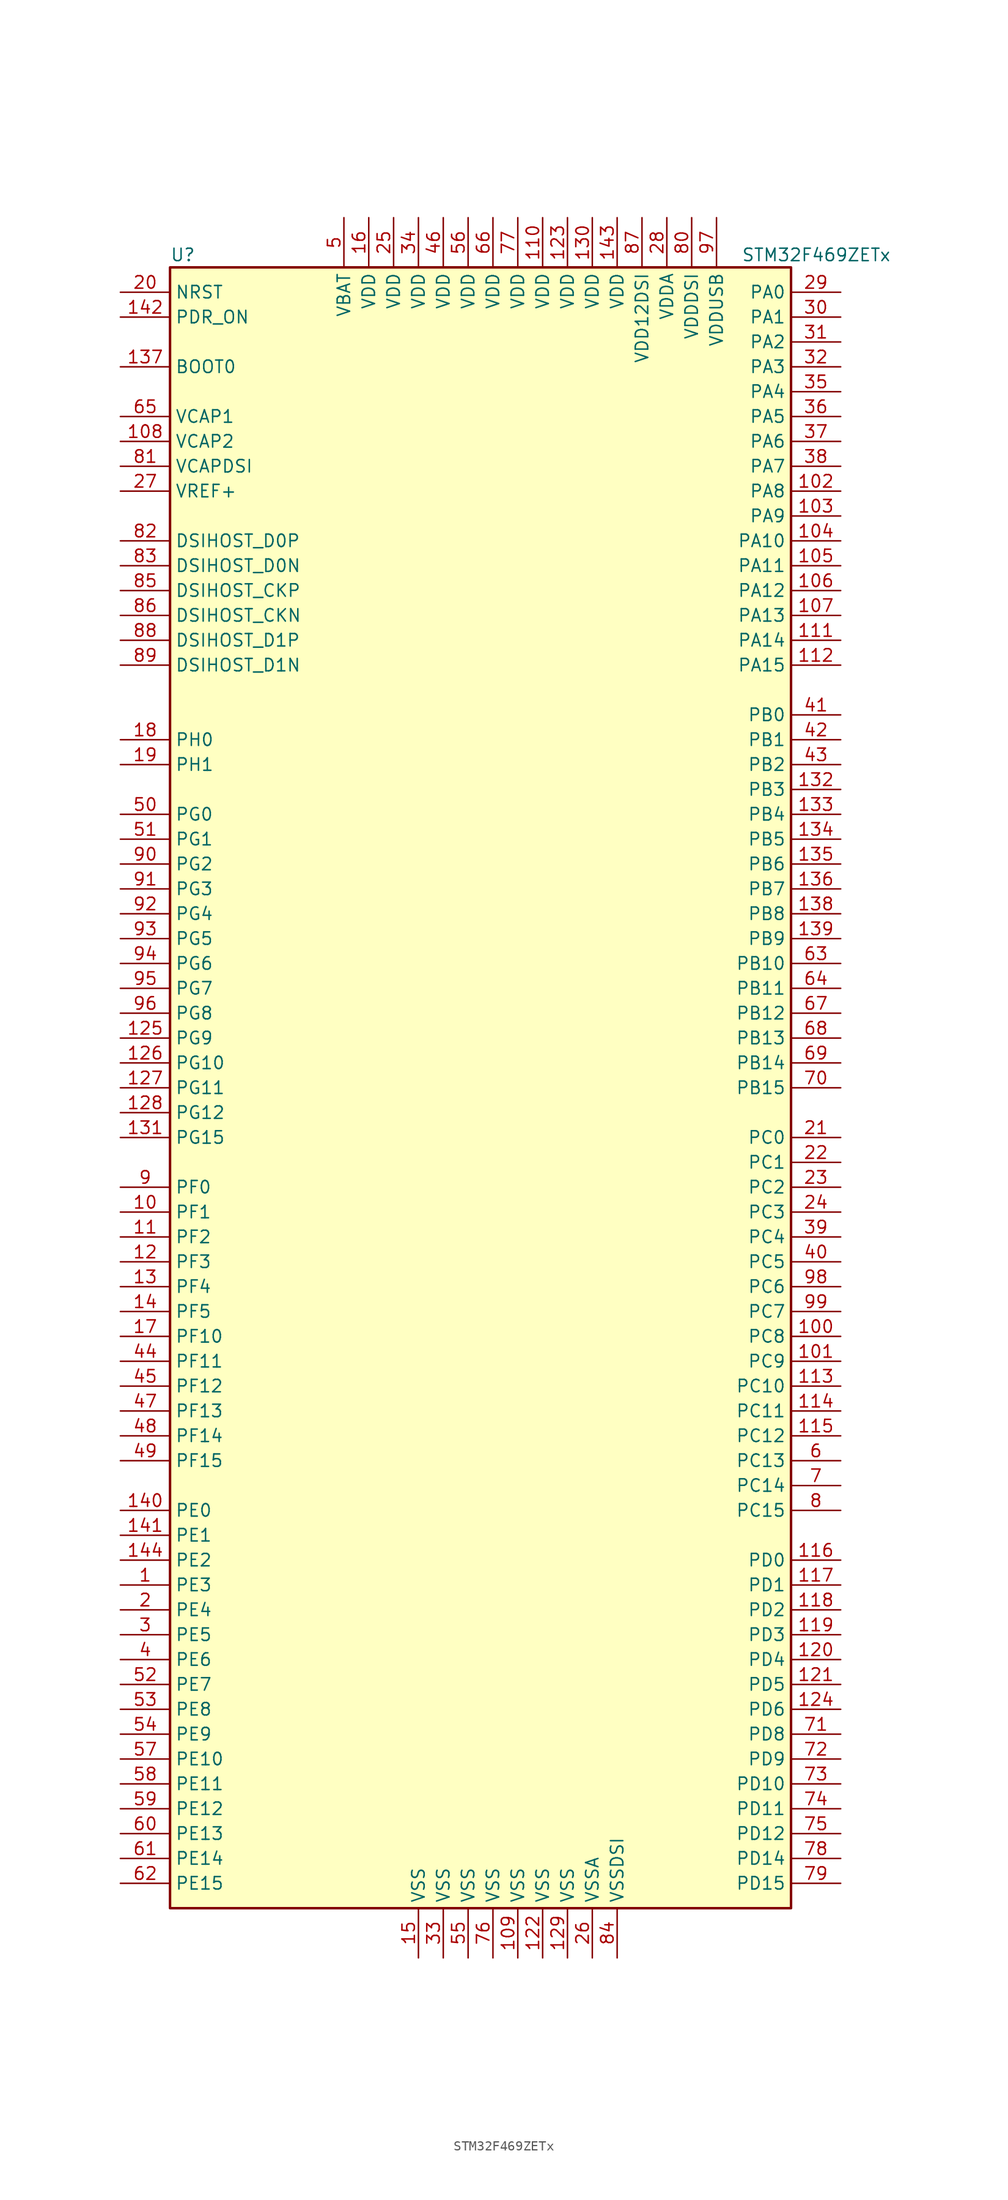
<source format=kicad_sym>
(kicad_symbol_lib
  (version 20220914)
  (generator kicad_symbol_editor)
  (symbol "STM32F469ZETx"
    (property "Reference" "U"
      (at -33.02 85.09 0)
      (effects (font (size 1.27 1.27)) (justify left)))
    (property "Value" "STM32F469ZETx"
      (at 25.4 85.09 0)
      (effects (font (size 1.27 1.27)) (justify left)))
    (symbol "STM32F469ZETx_0_1"
      (rectangle (start -33.02 -83.82) (end 30.48 83.82) (stroke (width 0.254) (type default)) (fill (type background))))
    (symbol "STM32F469ZETx_1_1"
      (pin bidirectional line (at -38.1 -50.8 0) (length 5.08) (name "PE3" (effects (font (size 1.27 1.27)))) (number "1" (effects (font (size 1.27 1.27)))))
      (pin bidirectional line (at -38.1 -12.7 0) (length 5.08) (name "PF1" (effects (font (size 1.27 1.27)))) (number "10" (effects (font (size 1.27 1.27)))))
      (pin bidirectional line (at 35.56 -25.4 180) (length 5.08) (name "PC8" (effects (font (size 1.27 1.27)))) (number "100" (effects (font (size 1.27 1.27)))))
      (pin bidirectional line (at 35.56 -27.94 180) (length 5.08) (name "PC9" (effects (font (size 1.27 1.27)))) (number "101" (effects (font (size 1.27 1.27)))))
      (pin bidirectional line (at 35.56 60.96 180) (length 5.08) (name "PA8" (effects (font (size 1.27 1.27)))) (number "102" (effects (font (size 1.27 1.27)))))
      (pin bidirectional line (at 35.56 58.42 180) (length 5.08) (name "PA9" (effects (font (size 1.27 1.27)))) (number "103" (effects (font (size 1.27 1.27)))))
      (pin bidirectional line (at 35.56 55.88 180) (length 5.08) (name "PA10" (effects (font (size 1.27 1.27)))) (number "104" (effects (font (size 1.27 1.27)))))
      (pin bidirectional line (at 35.56 53.34 180) (length 5.08) (name "PA11" (effects (font (size 1.27 1.27)))) (number "105" (effects (font (size 1.27 1.27)))))
      (pin bidirectional line (at 35.56 50.8 180) (length 5.08) (name "PA12" (effects (font (size 1.27 1.27)))) (number "106" (effects (font (size 1.27 1.27)))))
      (pin bidirectional line (at 35.56 48.26 180) (length 5.08) (name "PA13" (effects (font (size 1.27 1.27)))) (number "107" (effects (font (size 1.27 1.27)))))
      (pin power_in line (at -38.1 66.04 0) (length 5.08) (name "VCAP2" (effects (font (size 1.27 1.27)))) (number "108" (effects (font (size 1.27 1.27)))))
      (pin power_in line (at 2.54 -88.9 90) (length 5.08) (name "VSS" (effects (font (size 1.27 1.27)))) (number "109" (effects (font (size 1.27 1.27)))))
      (pin bidirectional line (at -38.1 -15.24 0) (length 5.08) (name "PF2" (effects (font (size 1.27 1.27)))) (number "11" (effects (font (size 1.27 1.27)))))
      (pin power_in line (at 5.08 88.9 270) (length 5.08) (name "VDD" (effects (font (size 1.27 1.27)))) (number "110" (effects (font (size 1.27 1.27)))))
      (pin bidirectional line (at 35.56 45.72 180) (length 5.08) (name "PA14" (effects (font (size 1.27 1.27)))) (number "111" (effects (font (size 1.27 1.27)))))
      (pin bidirectional line (at 35.56 43.18 180) (length 5.08) (name "PA15" (effects (font (size 1.27 1.27)))) (number "112" (effects (font (size 1.27 1.27)))))
      (pin bidirectional line (at 35.56 -30.48 180) (length 5.08) (name "PC10" (effects (font (size 1.27 1.27)))) (number "113" (effects (font (size 1.27 1.27)))))
      (pin bidirectional line (at 35.56 -33.02 180) (length 5.08) (name "PC11" (effects (font (size 1.27 1.27)))) (number "114" (effects (font (size 1.27 1.27)))))
      (pin bidirectional line (at 35.56 -35.56 180) (length 5.08) (name "PC12" (effects (font (size 1.27 1.27)))) (number "115" (effects (font (size 1.27 1.27)))))
      (pin bidirectional line (at 35.56 -48.26 180) (length 5.08) (name "PD0" (effects (font (size 1.27 1.27)))) (number "116" (effects (font (size 1.27 1.27)))))
      (pin bidirectional line (at 35.56 -50.8 180) (length 5.08) (name "PD1" (effects (font (size 1.27 1.27)))) (number "117" (effects (font (size 1.27 1.27)))))
      (pin bidirectional line (at 35.56 -53.34 180) (length 5.08) (name "PD2" (effects (font (size 1.27 1.27)))) (number "118" (effects (font (size 1.27 1.27)))))
      (pin bidirectional line (at 35.56 -55.88 180) (length 5.08) (name "PD3" (effects (font (size 1.27 1.27)))) (number "119" (effects (font (size 1.27 1.27)))))
      (pin bidirectional line (at -38.1 -17.78 0) (length 5.08) (name "PF3" (effects (font (size 1.27 1.27)))) (number "12" (effects (font (size 1.27 1.27)))))
      (pin bidirectional line (at 35.56 -58.42 180) (length 5.08) (name "PD4" (effects (font (size 1.27 1.27)))) (number "120" (effects (font (size 1.27 1.27)))))
      (pin bidirectional line (at 35.56 -60.96 180) (length 5.08) (name "PD5" (effects (font (size 1.27 1.27)))) (number "121" (effects (font (size 1.27 1.27)))))
      (pin power_in line (at 5.08 -88.9 90) (length 5.08) (name "VSS" (effects (font (size 1.27 1.27)))) (number "122" (effects (font (size 1.27 1.27)))))
      (pin power_in line (at 7.62 88.9 270) (length 5.08) (name "VDD" (effects (font (size 1.27 1.27)))) (number "123" (effects (font (size 1.27 1.27)))))
      (pin bidirectional line (at 35.56 -63.5 180) (length 5.08) (name "PD6" (effects (font (size 1.27 1.27)))) (number "124" (effects (font (size 1.27 1.27)))))
      (pin bidirectional line (at -38.1 5.08 0) (length 5.08) (name "PG9" (effects (font (size 1.27 1.27)))) (number "125" (effects (font (size 1.27 1.27)))))
      (pin bidirectional line (at -38.1 2.54 0) (length 5.08) (name "PG10" (effects (font (size 1.27 1.27)))) (number "126" (effects (font (size 1.27 1.27)))))
      (pin bidirectional line (at -38.1 0 0) (length 5.08) (name "PG11" (effects (font (size 1.27 1.27)))) (number "127" (effects (font (size 1.27 1.27)))))
      (pin bidirectional line (at -38.1 -2.54 0) (length 5.08) (name "PG12" (effects (font (size 1.27 1.27)))) (number "128" (effects (font (size 1.27 1.27)))))
      (pin power_in line (at 7.62 -88.9 90) (length 5.08) (name "VSS" (effects (font (size 1.27 1.27)))) (number "129" (effects (font (size 1.27 1.27)))))
      (pin bidirectional line (at -38.1 -20.32 0) (length 5.08) (name "PF4" (effects (font (size 1.27 1.27)))) (number "13" (effects (font (size 1.27 1.27)))))
      (pin power_in line (at 10.16 88.9 270) (length 5.08) (name "VDD" (effects (font (size 1.27 1.27)))) (number "130" (effects (font (size 1.27 1.27)))))
      (pin bidirectional line (at -38.1 -5.08 0) (length 5.08) (name "PG15" (effects (font (size 1.27 1.27)))) (number "131" (effects (font (size 1.27 1.27)))))
      (pin bidirectional line (at 35.56 30.48 180) (length 5.08) (name "PB3" (effects (font (size 1.27 1.27)))) (number "132" (effects (font (size 1.27 1.27)))))
      (pin bidirectional line (at 35.56 27.94 180) (length 5.08) (name "PB4" (effects (font (size 1.27 1.27)))) (number "133" (effects (font (size 1.27 1.27)))))
      (pin bidirectional line (at 35.56 25.4 180) (length 5.08) (name "PB5" (effects (font (size 1.27 1.27)))) (number "134" (effects (font (size 1.27 1.27)))))
      (pin bidirectional line (at 35.56 22.86 180) (length 5.08) (name "PB6" (effects (font (size 1.27 1.27)))) (number "135" (effects (font (size 1.27 1.27)))))
      (pin bidirectional line (at 35.56 20.32 180) (length 5.08) (name "PB7" (effects (font (size 1.27 1.27)))) (number "136" (effects (font (size 1.27 1.27)))))
      (pin input line (at -38.1 73.66 0) (length 5.08) (name "BOOT0" (effects (font (size 1.27 1.27)))) (number "137" (effects (font (size 1.27 1.27)))))
      (pin bidirectional line (at 35.56 17.78 180) (length 5.08) (name "PB8" (effects (font (size 1.27 1.27)))) (number "138" (effects (font (size 1.27 1.27)))))
      (pin bidirectional line (at 35.56 15.24 180) (length 5.08) (name "PB9" (effects (font (size 1.27 1.27)))) (number "139" (effects (font (size 1.27 1.27)))))
      (pin bidirectional line (at -38.1 -22.86 0) (length 5.08) (name "PF5" (effects (font (size 1.27 1.27)))) (number "14" (effects (font (size 1.27 1.27)))))
      (pin bidirectional line (at -38.1 -43.18 0) (length 5.08) (name "PE0" (effects (font (size 1.27 1.27)))) (number "140" (effects (font (size 1.27 1.27)))))
      (pin bidirectional line (at -38.1 -45.72 0) (length 5.08) (name "PE1" (effects (font (size 1.27 1.27)))) (number "141" (effects (font (size 1.27 1.27)))))
      (pin input line (at -38.1 78.74 0) (length 5.08) (name "PDR_ON" (effects (font (size 1.27 1.27)))) (number "142" (effects (font (size 1.27 1.27)))))
      (pin power_in line (at 12.7 88.9 270) (length 5.08) (name "VDD" (effects (font (size 1.27 1.27)))) (number "143" (effects (font (size 1.27 1.27)))))
      (pin bidirectional line (at -38.1 -48.26 0) (length 5.08) (name "PE2" (effects (font (size 1.27 1.27)))) (number "144" (effects (font (size 1.27 1.27)))))
      (pin power_in line (at -7.62 -88.9 90) (length 5.08) (name "VSS" (effects (font (size 1.27 1.27)))) (number "15" (effects (font (size 1.27 1.27)))))
      (pin power_in line (at -12.7 88.9 270) (length 5.08) (name "VDD" (effects (font (size 1.27 1.27)))) (number "16" (effects (font (size 1.27 1.27)))))
      (pin bidirectional line (at -38.1 -25.4 0) (length 5.08) (name "PF10" (effects (font (size 1.27 1.27)))) (number "17" (effects (font (size 1.27 1.27)))))
      (pin input line (at -38.1 35.56 0) (length 5.08) (name "PH0" (effects (font (size 1.27 1.27)))) (number "18" (effects (font (size 1.27 1.27)))))
      (pin input line (at -38.1 33.02 0) (length 5.08) (name "PH1" (effects (font (size 1.27 1.27)))) (number "19" (effects (font (size 1.27 1.27)))))
      (pin bidirectional line (at -38.1 -53.34 0) (length 5.08) (name "PE4" (effects (font (size 1.27 1.27)))) (number "2" (effects (font (size 1.27 1.27)))))
      (pin input line (at -38.1 81.28 0) (length 5.08) (name "NRST" (effects (font (size 1.27 1.27)))) (number "20" (effects (font (size 1.27 1.27)))))
      (pin bidirectional line (at 35.56 -5.08 180) (length 5.08) (name "PC0" (effects (font (size 1.27 1.27)))) (number "21" (effects (font (size 1.27 1.27)))))
      (pin bidirectional line (at 35.56 -7.62 180) (length 5.08) (name "PC1" (effects (font (size 1.27 1.27)))) (number "22" (effects (font (size 1.27 1.27)))))
      (pin bidirectional line (at 35.56 -10.16 180) (length 5.08) (name "PC2" (effects (font (size 1.27 1.27)))) (number "23" (effects (font (size 1.27 1.27)))))
      (pin bidirectional line (at 35.56 -12.7 180) (length 5.08) (name "PC3" (effects (font (size 1.27 1.27)))) (number "24" (effects (font (size 1.27 1.27)))))
      (pin power_in line (at -10.16 88.9 270) (length 5.08) (name "VDD" (effects (font (size 1.27 1.27)))) (number "25" (effects (font (size 1.27 1.27)))))
      (pin power_in line (at 10.16 -88.9 90) (length 5.08) (name "VSSA" (effects (font (size 1.27 1.27)))) (number "26" (effects (font (size 1.27 1.27)))))
      (pin power_in line (at -38.1 60.96 0) (length 5.08) (name "VREF+" (effects (font (size 1.27 1.27)))) (number "27" (effects (font (size 1.27 1.27)))))
      (pin power_in line (at 17.78 88.9 270) (length 5.08) (name "VDDA" (effects (font (size 1.27 1.27)))) (number "28" (effects (font (size 1.27 1.27)))))
      (pin bidirectional line (at 35.56 81.28 180) (length 5.08) (name "PA0" (effects (font (size 1.27 1.27)))) (number "29" (effects (font (size 1.27 1.27)))))
      (pin bidirectional line (at -38.1 -55.88 0) (length 5.08) (name "PE5" (effects (font (size 1.27 1.27)))) (number "3" (effects (font (size 1.27 1.27)))))
      (pin bidirectional line (at 35.56 78.74 180) (length 5.08) (name "PA1" (effects (font (size 1.27 1.27)))) (number "30" (effects (font (size 1.27 1.27)))))
      (pin bidirectional line (at 35.56 76.2 180) (length 5.08) (name "PA2" (effects (font (size 1.27 1.27)))) (number "31" (effects (font (size 1.27 1.27)))))
      (pin bidirectional line (at 35.56 73.66 180) (length 5.08) (name "PA3" (effects (font (size 1.27 1.27)))) (number "32" (effects (font (size 1.27 1.27)))))
      (pin power_in line (at -5.08 -88.9 90) (length 5.08) (name "VSS" (effects (font (size 1.27 1.27)))) (number "33" (effects (font (size 1.27 1.27)))))
      (pin power_in line (at -7.62 88.9 270) (length 5.08) (name "VDD" (effects (font (size 1.27 1.27)))) (number "34" (effects (font (size 1.27 1.27)))))
      (pin bidirectional line (at 35.56 71.12 180) (length 5.08) (name "PA4" (effects (font (size 1.27 1.27)))) (number "35" (effects (font (size 1.27 1.27)))))
      (pin bidirectional line (at 35.56 68.58 180) (length 5.08) (name "PA5" (effects (font (size 1.27 1.27)))) (number "36" (effects (font (size 1.27 1.27)))))
      (pin bidirectional line (at 35.56 66.04 180) (length 5.08) (name "PA6" (effects (font (size 1.27 1.27)))) (number "37" (effects (font (size 1.27 1.27)))))
      (pin bidirectional line (at 35.56 63.5 180) (length 5.08) (name "PA7" (effects (font (size 1.27 1.27)))) (number "38" (effects (font (size 1.27 1.27)))))
      (pin bidirectional line (at 35.56 -15.24 180) (length 5.08) (name "PC4" (effects (font (size 1.27 1.27)))) (number "39" (effects (font (size 1.27 1.27)))))
      (pin bidirectional line (at -38.1 -58.42 0) (length 5.08) (name "PE6" (effects (font (size 1.27 1.27)))) (number "4" (effects (font (size 1.27 1.27)))))
      (pin bidirectional line (at 35.56 -17.78 180) (length 5.08) (name "PC5" (effects (font (size 1.27 1.27)))) (number "40" (effects (font (size 1.27 1.27)))))
      (pin bidirectional line (at 35.56 38.1 180) (length 5.08) (name "PB0" (effects (font (size 1.27 1.27)))) (number "41" (effects (font (size 1.27 1.27)))))
      (pin bidirectional line (at 35.56 35.56 180) (length 5.08) (name "PB1" (effects (font (size 1.27 1.27)))) (number "42" (effects (font (size 1.27 1.27)))))
      (pin bidirectional line (at 35.56 33.02 180) (length 5.08) (name "PB2" (effects (font (size 1.27 1.27)))) (number "43" (effects (font (size 1.27 1.27)))))
      (pin bidirectional line (at -38.1 -27.94 0) (length 5.08) (name "PF11" (effects (font (size 1.27 1.27)))) (number "44" (effects (font (size 1.27 1.27)))))
      (pin bidirectional line (at -38.1 -30.48 0) (length 5.08) (name "PF12" (effects (font (size 1.27 1.27)))) (number "45" (effects (font (size 1.27 1.27)))))
      (pin power_in line (at -5.08 88.9 270) (length 5.08) (name "VDD" (effects (font (size 1.27 1.27)))) (number "46" (effects (font (size 1.27 1.27)))))
      (pin bidirectional line (at -38.1 -33.02 0) (length 5.08) (name "PF13" (effects (font (size 1.27 1.27)))) (number "47" (effects (font (size 1.27 1.27)))))
      (pin bidirectional line (at -38.1 -35.56 0) (length 5.08) (name "PF14" (effects (font (size 1.27 1.27)))) (number "48" (effects (font (size 1.27 1.27)))))
      (pin bidirectional line (at -38.1 -38.1 0) (length 5.08) (name "PF15" (effects (font (size 1.27 1.27)))) (number "49" (effects (font (size 1.27 1.27)))))
      (pin power_in line (at -15.24 88.9 270) (length 5.08) (name "VBAT" (effects (font (size 1.27 1.27)))) (number "5" (effects (font (size 1.27 1.27)))))
      (pin bidirectional line (at -38.1 27.94 0) (length 5.08) (name "PG0" (effects (font (size 1.27 1.27)))) (number "50" (effects (font (size 1.27 1.27)))))
      (pin bidirectional line (at -38.1 25.4 0) (length 5.08) (name "PG1" (effects (font (size 1.27 1.27)))) (number "51" (effects (font (size 1.27 1.27)))))
      (pin bidirectional line (at -38.1 -60.96 0) (length 5.08) (name "PE7" (effects (font (size 1.27 1.27)))) (number "52" (effects (font (size 1.27 1.27)))))
      (pin bidirectional line (at -38.1 -63.5 0) (length 5.08) (name "PE8" (effects (font (size 1.27 1.27)))) (number "53" (effects (font (size 1.27 1.27)))))
      (pin bidirectional line (at -38.1 -66.04 0) (length 5.08) (name "PE9" (effects (font (size 1.27 1.27)))) (number "54" (effects (font (size 1.27 1.27)))))
      (pin power_in line (at -2.54 -88.9 90) (length 5.08) (name "VSS" (effects (font (size 1.27 1.27)))) (number "55" (effects (font (size 1.27 1.27)))))
      (pin power_in line (at -2.54 88.9 270) (length 5.08) (name "VDD" (effects (font (size 1.27 1.27)))) (number "56" (effects (font (size 1.27 1.27)))))
      (pin bidirectional line (at -38.1 -68.58 0) (length 5.08) (name "PE10" (effects (font (size 1.27 1.27)))) (number "57" (effects (font (size 1.27 1.27)))))
      (pin bidirectional line (at -38.1 -71.12 0) (length 5.08) (name "PE11" (effects (font (size 1.27 1.27)))) (number "58" (effects (font (size 1.27 1.27)))))
      (pin bidirectional line (at -38.1 -73.66 0) (length 5.08) (name "PE12" (effects (font (size 1.27 1.27)))) (number "59" (effects (font (size 1.27 1.27)))))
      (pin bidirectional line (at 35.56 -38.1 180) (length 5.08) (name "PC13" (effects (font (size 1.27 1.27)))) (number "6" (effects (font (size 1.27 1.27)))))
      (pin bidirectional line (at -38.1 -76.2 0) (length 5.08) (name "PE13" (effects (font (size 1.27 1.27)))) (number "60" (effects (font (size 1.27 1.27)))))
      (pin bidirectional line (at -38.1 -78.74 0) (length 5.08) (name "PE14" (effects (font (size 1.27 1.27)))) (number "61" (effects (font (size 1.27 1.27)))))
      (pin bidirectional line (at -38.1 -81.28 0) (length 5.08) (name "PE15" (effects (font (size 1.27 1.27)))) (number "62" (effects (font (size 1.27 1.27)))))
      (pin bidirectional line (at 35.56 12.7 180) (length 5.08) (name "PB10" (effects (font (size 1.27 1.27)))) (number "63" (effects (font (size 1.27 1.27)))))
      (pin bidirectional line (at 35.56 10.16 180) (length 5.08) (name "PB11" (effects (font (size 1.27 1.27)))) (number "64" (effects (font (size 1.27 1.27)))))
      (pin power_in line (at -38.1 68.58 0) (length 5.08) (name "VCAP1" (effects (font (size 1.27 1.27)))) (number "65" (effects (font (size 1.27 1.27)))))
      (pin power_in line (at 0 88.9 270) (length 5.08) (name "VDD" (effects (font (size 1.27 1.27)))) (number "66" (effects (font (size 1.27 1.27)))))
      (pin bidirectional line (at 35.56 7.62 180) (length 5.08) (name "PB12" (effects (font (size 1.27 1.27)))) (number "67" (effects (font (size 1.27 1.27)))))
      (pin bidirectional line (at 35.56 5.08 180) (length 5.08) (name "PB13" (effects (font (size 1.27 1.27)))) (number "68" (effects (font (size 1.27 1.27)))))
      (pin bidirectional line (at 35.56 2.54 180) (length 5.08) (name "PB14" (effects (font (size 1.27 1.27)))) (number "69" (effects (font (size 1.27 1.27)))))
      (pin bidirectional line (at 35.56 -40.64 180) (length 5.08) (name "PC14" (effects (font (size 1.27 1.27)))) (number "7" (effects (font (size 1.27 1.27)))))
      (pin bidirectional line (at 35.56 0 180) (length 5.08) (name "PB15" (effects (font (size 1.27 1.27)))) (number "70" (effects (font (size 1.27 1.27)))))
      (pin bidirectional line (at 35.56 -66.04 180) (length 5.08) (name "PD8" (effects (font (size 1.27 1.27)))) (number "71" (effects (font (size 1.27 1.27)))))
      (pin bidirectional line (at 35.56 -68.58 180) (length 5.08) (name "PD9" (effects (font (size 1.27 1.27)))) (number "72" (effects (font (size 1.27 1.27)))))
      (pin bidirectional line (at 35.56 -71.12 180) (length 5.08) (name "PD10" (effects (font (size 1.27 1.27)))) (number "73" (effects (font (size 1.27 1.27)))))
      (pin bidirectional line (at 35.56 -73.66 180) (length 5.08) (name "PD11" (effects (font (size 1.27 1.27)))) (number "74" (effects (font (size 1.27 1.27)))))
      (pin bidirectional line (at 35.56 -76.2 180) (length 5.08) (name "PD12" (effects (font (size 1.27 1.27)))) (number "75" (effects (font (size 1.27 1.27)))))
      (pin power_in line (at 0 -88.9 90) (length 5.08) (name "VSS" (effects (font (size 1.27 1.27)))) (number "76" (effects (font (size 1.27 1.27)))))
      (pin power_in line (at 2.54 88.9 270) (length 5.08) (name "VDD" (effects (font (size 1.27 1.27)))) (number "77" (effects (font (size 1.27 1.27)))))
      (pin bidirectional line (at 35.56 -78.74 180) (length 5.08) (name "PD14" (effects (font (size 1.27 1.27)))) (number "78" (effects (font (size 1.27 1.27)))))
      (pin bidirectional line (at 35.56 -81.28 180) (length 5.08) (name "PD15" (effects (font (size 1.27 1.27)))) (number "79" (effects (font (size 1.27 1.27)))))
      (pin bidirectional line (at 35.56 -43.18 180) (length 5.08) (name "PC15" (effects (font (size 1.27 1.27)))) (number "8" (effects (font (size 1.27 1.27)))))
      (pin power_in line (at 20.32 88.9 270) (length 5.08) (name "VDDDSI" (effects (font (size 1.27 1.27)))) (number "80" (effects (font (size 1.27 1.27)))))
      (pin power_in line (at -38.1 63.5 0) (length 5.08) (name "VCAPDSI" (effects (font (size 1.27 1.27)))) (number "81" (effects (font (size 1.27 1.27)))))
      (pin bidirectional line (at -38.1 55.88 0) (length 5.08) (name "DSIHOST_D0P" (effects (font (size 1.27 1.27)))) (number "82" (effects (font (size 1.27 1.27)))))
      (pin bidirectional line (at -38.1 53.34 0) (length 5.08) (name "DSIHOST_D0N" (effects (font (size 1.27 1.27)))) (number "83" (effects (font (size 1.27 1.27)))))
      (pin power_in line (at 12.7 -88.9 90) (length 5.08) (name "VSSDSI" (effects (font (size 1.27 1.27)))) (number "84" (effects (font (size 1.27 1.27)))))
      (pin bidirectional line (at -38.1 50.8 0) (length 5.08) (name "DSIHOST_CKP" (effects (font (size 1.27 1.27)))) (number "85" (effects (font (size 1.27 1.27)))))
      (pin bidirectional line (at -38.1 48.26 0) (length 5.08) (name "DSIHOST_CKN" (effects (font (size 1.27 1.27)))) (number "86" (effects (font (size 1.27 1.27)))))
      (pin power_in line (at 15.24 88.9 270) (length 5.08) (name "VDD12DSI" (effects (font (size 1.27 1.27)))) (number "87" (effects (font (size 1.27 1.27)))))
      (pin bidirectional line (at -38.1 45.72 0) (length 5.08) (name "DSIHOST_D1P" (effects (font (size 1.27 1.27)))) (number "88" (effects (font (size 1.27 1.27)))))
      (pin bidirectional line (at -38.1 43.18 0) (length 5.08) (name "DSIHOST_D1N" (effects (font (size 1.27 1.27)))) (number "89" (effects (font (size 1.27 1.27)))))
      (pin bidirectional line (at -38.1 -10.16 0) (length 5.08) (name "PF0" (effects (font (size 1.27 1.27)))) (number "9" (effects (font (size 1.27 1.27)))))
      (pin bidirectional line (at -38.1 22.86 0) (length 5.08) (name "PG2" (effects (font (size 1.27 1.27)))) (number "90" (effects (font (size 1.27 1.27)))))
      (pin bidirectional line (at -38.1 20.32 0) (length 5.08) (name "PG3" (effects (font (size 1.27 1.27)))) (number "91" (effects (font (size 1.27 1.27)))))
      (pin bidirectional line (at -38.1 17.78 0) (length 5.08) (name "PG4" (effects (font (size 1.27 1.27)))) (number "92" (effects (font (size 1.27 1.27)))))
      (pin bidirectional line (at -38.1 15.24 0) (length 5.08) (name "PG5" (effects (font (size 1.27 1.27)))) (number "93" (effects (font (size 1.27 1.27)))))
      (pin bidirectional line (at -38.1 12.7 0) (length 5.08) (name "PG6" (effects (font (size 1.27 1.27)))) (number "94" (effects (font (size 1.27 1.27)))))
      (pin bidirectional line (at -38.1 10.16 0) (length 5.08) (name "PG7" (effects (font (size 1.27 1.27)))) (number "95" (effects (font (size 1.27 1.27)))))
      (pin bidirectional line (at -38.1 7.62 0) (length 5.08) (name "PG8" (effects (font (size 1.27 1.27)))) (number "96" (effects (font (size 1.27 1.27)))))
      (pin power_in line (at 22.86 88.9 270) (length 5.08) (name "VDDUSB" (effects (font (size 1.27 1.27)))) (number "97" (effects (font (size 1.27 1.27)))))
      (pin bidirectional line (at 35.56 -20.32 180) (length 5.08) (name "PC6" (effects (font (size 1.27 1.27)))) (number "98" (effects (font (size 1.27 1.27)))))
      (pin bidirectional line (at 35.56 -22.86 180) (length 5.08) (name "PC7" (effects (font (size 1.27 1.27)))) (number "99" (effects (font (size 1.27 1.27))))))))
</source>
